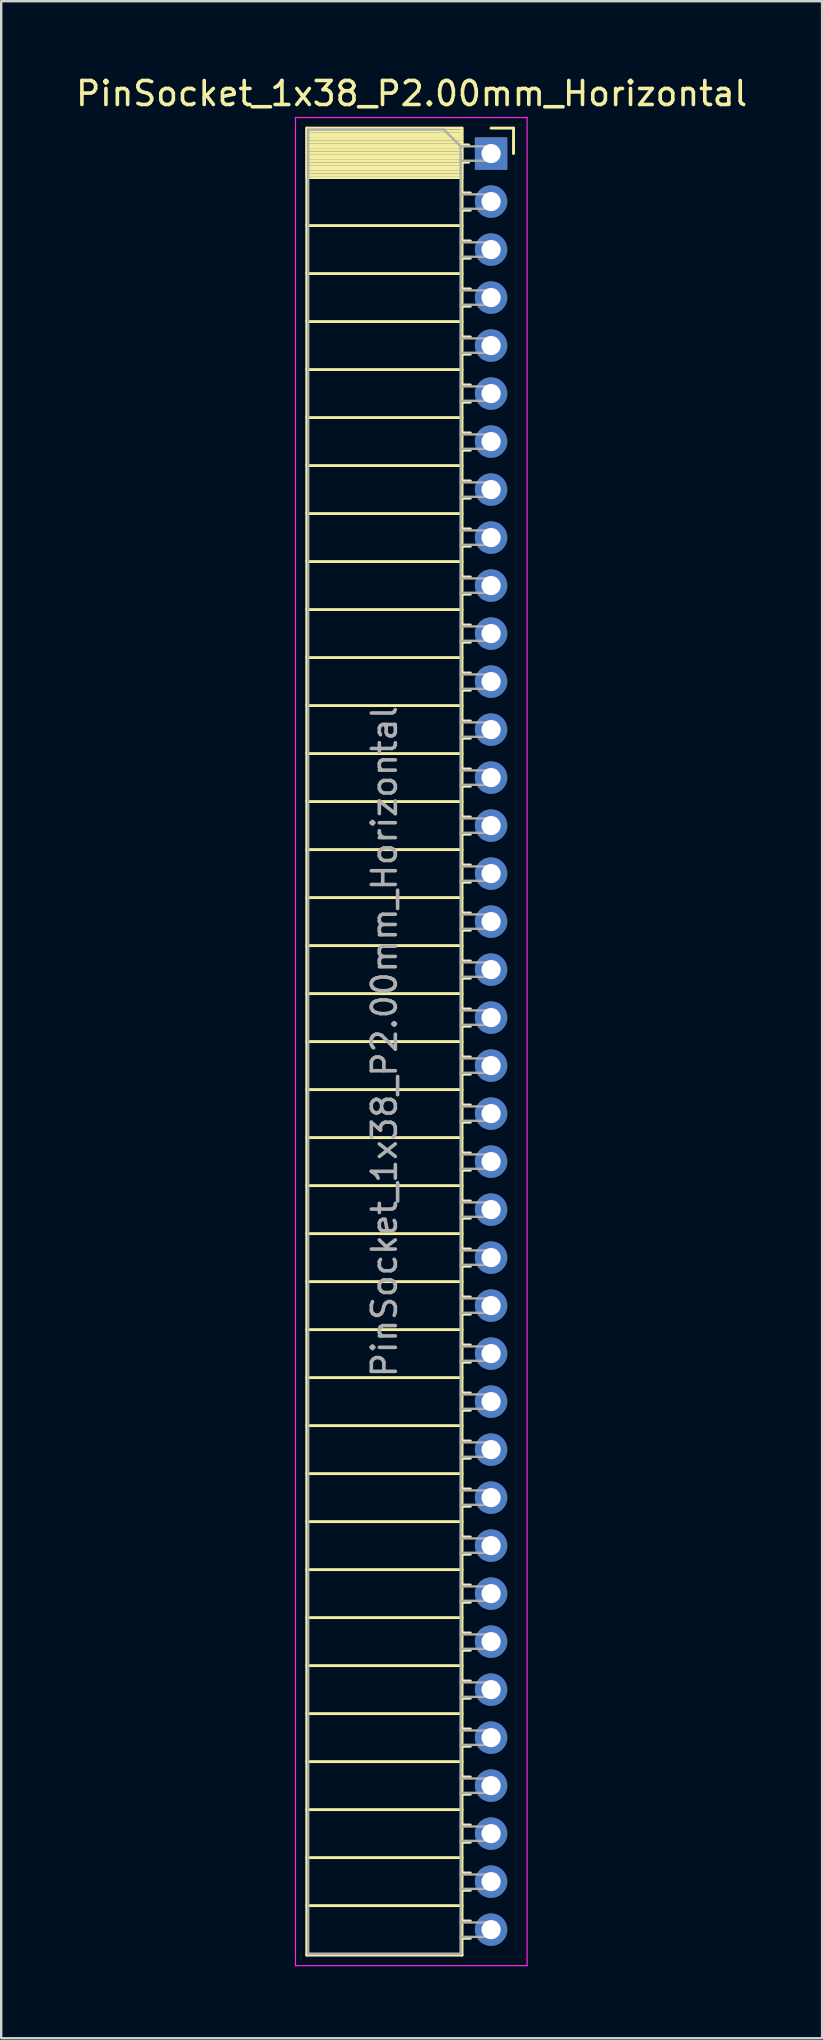
<source format=kicad_pcb>
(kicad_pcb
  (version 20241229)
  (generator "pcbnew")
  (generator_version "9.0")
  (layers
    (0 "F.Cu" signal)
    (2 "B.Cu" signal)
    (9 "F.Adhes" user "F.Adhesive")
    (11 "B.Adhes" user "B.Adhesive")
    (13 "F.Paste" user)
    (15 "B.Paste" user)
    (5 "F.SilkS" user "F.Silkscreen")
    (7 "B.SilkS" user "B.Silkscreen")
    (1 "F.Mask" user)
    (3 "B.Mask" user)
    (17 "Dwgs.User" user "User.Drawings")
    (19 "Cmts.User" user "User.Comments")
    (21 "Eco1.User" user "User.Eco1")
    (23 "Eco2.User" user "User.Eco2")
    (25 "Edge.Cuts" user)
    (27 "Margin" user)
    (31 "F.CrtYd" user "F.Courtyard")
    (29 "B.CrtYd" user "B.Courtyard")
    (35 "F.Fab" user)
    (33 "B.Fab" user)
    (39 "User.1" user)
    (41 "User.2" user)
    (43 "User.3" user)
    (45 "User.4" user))
  (footprint "PinSocket_1x38_P2.00mm_Horizontal"
    (layer "F.Cu")
    (at 17.411 3.348)
    (property "Reference" "PinSocket_1x38_P2.00mm_Horizontal" (at -3.31 -2.5 0) (layer "F.SilkS") (effects (font (size 1 1) (thickness 0.15))))
    (attr through_hole)
    (fp_line (start -7.68 -1.06) (end -7.68 75.06) (stroke (width 0.12) (type solid)) (layer "F.SilkS"))
    (fp_line (start -7.68 -1.06) (end -1.21 -1.06) (stroke (width 0.12) (type solid)) (layer "F.SilkS"))
    (fp_line (start -7.68 -0.94) (end -1.21 -0.94) (stroke (width 0.12) (type solid)) (layer "F.SilkS"))
    (fp_line (start -7.68 -0.826) (end -1.21 -0.826) (stroke (width 0.12) (type solid)) (layer "F.SilkS"))
    (fp_line (start -7.68 -0.712) (end -1.21 -0.712) (stroke (width 0.12) (type solid)) (layer "F.SilkS"))
    (fp_line (start -7.68 -0.598) (end -1.21 -0.598) (stroke (width 0.12) (type solid)) (layer "F.SilkS"))
    (fp_line (start -7.68 -0.484) (end -1.21 -0.484) (stroke (width 0.12) (type solid)) (layer "F.SilkS"))
    (fp_line (start -7.68 -0.369) (end -1.21 -0.369) (stroke (width 0.12) (type solid)) (layer "F.SilkS"))
    (fp_line (start -7.68 -0.255) (end -1.21 -0.255) (stroke (width 0.12) (type solid)) (layer "F.SilkS"))
    (fp_line (start -7.68 -0.141) (end -1.21 -0.141) (stroke (width 0.12) (type solid)) (layer "F.SilkS"))
    (fp_line (start -7.68 -0.027) (end -1.21 -0.027) (stroke (width 0.12) (type solid)) (layer "F.SilkS"))
    (fp_line (start -7.68 0.087) (end -1.21 0.087) (stroke (width 0.12) (type solid)) (layer "F.SilkS"))
    (fp_line (start -7.68 0.201) (end -1.21 0.201) (stroke (width 0.12) (type solid)) (layer "F.SilkS"))
    (fp_line (start -7.68 0.315) (end -1.21 0.315) (stroke (width 0.12) (type solid)) (layer "F.SilkS"))
    (fp_line (start -7.68 0.429) (end -1.21 0.429) (stroke (width 0.12) (type solid)) (layer "F.SilkS"))
    (fp_line (start -7.68 0.544) (end -1.21 0.544) (stroke (width 0.12) (type solid)) (layer "F.SilkS"))
    (fp_line (start -7.68 0.658) (end -1.21 0.658) (stroke (width 0.12) (type solid)) (layer "F.SilkS"))
    (fp_line (start -7.68 0.772) (end -1.21 0.772) (stroke (width 0.12) (type solid)) (layer "F.SilkS"))
    (fp_line (start -7.68 0.886) (end -1.21 0.886) (stroke (width 0.12) (type solid)) (layer "F.SilkS"))
    (fp_line (start -7.68 1) (end -1.21 1) (stroke (width 0.12) (type solid)) (layer "F.SilkS"))
    (fp_line (start -7.68 3) (end -1.21 3) (stroke (width 0.12) (type solid)) (layer "F.SilkS"))
    (fp_line (start -7.68 5) (end -1.21 5) (stroke (width 0.12) (type solid)) (layer "F.SilkS"))
    (fp_line (start -7.68 7) (end -1.21 7) (stroke (width 0.12) (type solid)) (layer "F.SilkS"))
    (fp_line (start -7.68 9) (end -1.21 9) (stroke (width 0.12) (type solid)) (layer "F.SilkS"))
    (fp_line (start -7.68 11) (end -1.21 11) (stroke (width 0.12) (type solid)) (layer "F.SilkS"))
    (fp_line (start -7.68 13) (end -1.21 13) (stroke (width 0.12) (type solid)) (layer "F.SilkS"))
    (fp_line (start -7.68 15) (end -1.21 15) (stroke (width 0.12) (type solid)) (layer "F.SilkS"))
    (fp_line (start -7.68 17) (end -1.21 17) (stroke (width 0.12) (type solid)) (layer "F.SilkS"))
    (fp_line (start -7.68 19) (end -1.21 19) (stroke (width 0.12) (type solid)) (layer "F.SilkS"))
    (fp_line (start -7.68 21) (end -1.21 21) (stroke (width 0.12) (type solid)) (layer "F.SilkS"))
    (fp_line (start -7.68 23) (end -1.21 23) (stroke (width 0.12) (type solid)) (layer "F.SilkS"))
    (fp_line (start -7.68 25) (end -1.21 25) (stroke (width 0.12) (type solid)) (layer "F.SilkS"))
    (fp_line (start -7.68 27) (end -1.21 27) (stroke (width 0.12) (type solid)) (layer "F.SilkS"))
    (fp_line (start -7.68 29) (end -1.21 29) (stroke (width 0.12) (type solid)) (layer "F.SilkS"))
    (fp_line (start -7.68 31) (end -1.21 31) (stroke (width 0.12) (type solid)) (layer "F.SilkS"))
    (fp_line (start -7.68 33) (end -1.21 33) (stroke (width 0.12) (type solid)) (layer "F.SilkS"))
    (fp_line (start -7.68 35) (end -1.21 35) (stroke (width 0.12) (type solid)) (layer "F.SilkS"))
    (fp_line (start -7.68 37) (end -1.21 37) (stroke (width 0.12) (type solid)) (layer "F.SilkS"))
    (fp_line (start -7.68 39) (end -1.21 39) (stroke (width 0.12) (type solid)) (layer "F.SilkS"))
    (fp_line (start -7.68 41) (end -1.21 41) (stroke (width 0.12) (type solid)) (layer "F.SilkS"))
    (fp_line (start -7.68 43) (end -1.21 43) (stroke (width 0.12) (type solid)) (layer "F.SilkS"))
    (fp_line (start -7.68 45) (end -1.21 45) (stroke (width 0.12) (type solid)) (layer "F.SilkS"))
    (fp_line (start -7.68 47) (end -1.21 47) (stroke (width 0.12) (type solid)) (layer "F.SilkS"))
    (fp_line (start -7.68 49) (end -1.21 49) (stroke (width 0.12) (type solid)) (layer "F.SilkS"))
    (fp_line (start -7.68 51) (end -1.21 51) (stroke (width 0.12) (type solid)) (layer "F.SilkS"))
    (fp_line (start -7.68 53) (end -1.21 53) (stroke (width 0.12) (type solid)) (layer "F.SilkS"))
    (fp_line (start -7.68 55) (end -1.21 55) (stroke (width 0.12) (type solid)) (layer "F.SilkS"))
    (fp_line (start -7.68 57) (end -1.21 57) (stroke (width 0.12) (type solid)) (layer "F.SilkS"))
    (fp_line (start -7.68 59) (end -1.21 59) (stroke (width 0.12) (type solid)) (layer "F.SilkS"))
    (fp_line (start -7.68 61) (end -1.21 61) (stroke (width 0.12) (type solid)) (layer "F.SilkS"))
    (fp_line (start -7.68 63) (end -1.21 63) (stroke (width 0.12) (type solid)) (layer "F.SilkS"))
    (fp_line (start -7.68 65) (end -1.21 65) (stroke (width 0.12) (type solid)) (layer "F.SilkS"))
    (fp_line (start -7.68 67) (end -1.21 67) (stroke (width 0.12) (type solid)) (layer "F.SilkS"))
    (fp_line (start -7.68 69) (end -1.21 69) (stroke (width 0.12) (type solid)) (layer "F.SilkS"))
    (fp_line (start -7.68 71) (end -1.21 71) (stroke (width 0.12) (type solid)) (layer "F.SilkS"))
    (fp_line (start -7.68 73) (end -1.21 73) (stroke (width 0.12) (type solid)) (layer "F.SilkS"))
    (fp_line (start -7.68 75.06) (end -1.21 75.06) (stroke (width 0.12) (type solid)) (layer "F.SilkS"))
    (fp_line (start -1.21 -1.06) (end -1.21 75.06) (stroke (width 0.12) (type solid)) (layer "F.SilkS"))
    (fp_line (start -1.21 -0.36) (end -0.935 -0.36) (stroke (width 0.12) (type solid)) (layer "F.SilkS"))
    (fp_line (start -1.21 0.36) (end -0.935 0.36) (stroke (width 0.12) (type solid)) (layer "F.SilkS"))
    (fp_line (start -1.21 1.64) (end -0.863 1.64) (stroke (width 0.12) (type solid)) (layer "F.SilkS"))
    (fp_line (start -1.21 2.36) (end -0.863 2.36) (stroke (width 0.12) (type solid)) (layer "F.SilkS"))
    (fp_line (start -1.21 3.64) (end -0.863 3.64) (stroke (width 0.12) (type solid)) (layer "F.SilkS"))
    (fp_line (start -1.21 4.36) (end -0.863 4.36) (stroke (width 0.12) (type solid)) (layer "F.SilkS"))
    (fp_line (start -1.21 5.64) (end -0.863 5.64) (stroke (width 0.12) (type solid)) (layer "F.SilkS"))
    (fp_line (start -1.21 6.36) (end -0.863 6.36) (stroke (width 0.12) (type solid)) (layer "F.SilkS"))
    (fp_line (start -1.21 7.64) (end -0.863 7.64) (stroke (width 0.12) (type solid)) (layer "F.SilkS"))
    (fp_line (start -1.21 8.36) (end -0.863 8.36) (stroke (width 0.12) (type solid)) (layer "F.SilkS"))
    (fp_line (start -1.21 9.64) (end -0.863 9.64) (stroke (width 0.12) (type solid)) (layer "F.SilkS"))
    (fp_line (start -1.21 10.36) (end -0.863 10.36) (stroke (width 0.12) (type solid)) (layer "F.SilkS"))
    (fp_line (start -1.21 11.64) (end -0.863 11.64) (stroke (width 0.12) (type solid)) (layer "F.SilkS"))
    (fp_line (start -1.21 12.36) (end -0.863 12.36) (stroke (width 0.12) (type solid)) (layer "F.SilkS"))
    (fp_line (start -1.21 13.64) (end -0.863 13.64) (stroke (width 0.12) (type solid)) (layer "F.SilkS"))
    (fp_line (start -1.21 14.36) (end -0.863 14.36) (stroke (width 0.12) (type solid)) (layer "F.SilkS"))
    (fp_line (start -1.21 15.64) (end -0.863 15.64) (stroke (width 0.12) (type solid)) (layer "F.SilkS"))
    (fp_line (start -1.21 16.36) (end -0.863 16.36) (stroke (width 0.12) (type solid)) (layer "F.SilkS"))
    (fp_line (start -1.21 17.64) (end -0.863 17.64) (stroke (width 0.12) (type solid)) (layer "F.SilkS"))
    (fp_line (start -1.21 18.36) (end -0.863 18.36) (stroke (width 0.12) (type solid)) (layer "F.SilkS"))
    (fp_line (start -1.21 19.64) (end -0.863 19.64) (stroke (width 0.12) (type solid)) (layer "F.SilkS"))
    (fp_line (start -1.21 20.36) (end -0.863 20.36) (stroke (width 0.12) (type solid)) (layer "F.SilkS"))
    (fp_line (start -1.21 21.64) (end -0.863 21.64) (stroke (width 0.12) (type solid)) (layer "F.SilkS"))
    (fp_line (start -1.21 22.36) (end -0.863 22.36) (stroke (width 0.12) (type solid)) (layer "F.SilkS"))
    (fp_line (start -1.21 23.64) (end -0.863 23.64) (stroke (width 0.12) (type solid)) (layer "F.SilkS"))
    (fp_line (start -1.21 24.36) (end -0.863 24.36) (stroke (width 0.12) (type solid)) (layer "F.SilkS"))
    (fp_line (start -1.21 25.64) (end -0.863 25.64) (stroke (width 0.12) (type solid)) (layer "F.SilkS"))
    (fp_line (start -1.21 26.36) (end -0.863 26.36) (stroke (width 0.12) (type solid)) (layer "F.SilkS"))
    (fp_line (start -1.21 27.64) (end -0.863 27.64) (stroke (width 0.12) (type solid)) (layer "F.SilkS"))
    (fp_line (start -1.21 28.36) (end -0.863 28.36) (stroke (width 0.12) (type solid)) (layer "F.SilkS"))
    (fp_line (start -1.21 29.64) (end -0.863 29.64) (stroke (width 0.12) (type solid)) (layer "F.SilkS"))
    (fp_line (start -1.21 30.36) (end -0.863 30.36) (stroke (width 0.12) (type solid)) (layer "F.SilkS"))
    (fp_line (start -1.21 31.64) (end -0.863 31.64) (stroke (width 0.12) (type solid)) (layer "F.SilkS"))
    (fp_line (start -1.21 32.36) (end -0.863 32.36) (stroke (width 0.12) (type solid)) (layer "F.SilkS"))
    (fp_line (start -1.21 33.64) (end -0.863 33.64) (stroke (width 0.12) (type solid)) (layer "F.SilkS"))
    (fp_line (start -1.21 34.36) (end -0.863 34.36) (stroke (width 0.12) (type solid)) (layer "F.SilkS"))
    (fp_line (start -1.21 35.64) (end -0.863 35.64) (stroke (width 0.12) (type solid)) (layer "F.SilkS"))
    (fp_line (start -1.21 36.36) (end -0.863 36.36) (stroke (width 0.12) (type solid)) (layer "F.SilkS"))
    (fp_line (start -1.21 37.64) (end -0.863 37.64) (stroke (width 0.12) (type solid)) (layer "F.SilkS"))
    (fp_line (start -1.21 38.36) (end -0.863 38.36) (stroke (width 0.12) (type solid)) (layer "F.SilkS"))
    (fp_line (start -1.21 39.64) (end -0.863 39.64) (stroke (width 0.12) (type solid)) (layer "F.SilkS"))
    (fp_line (start -1.21 40.36) (end -0.863 40.36) (stroke (width 0.12) (type solid)) (layer "F.SilkS"))
    (fp_line (start -1.21 41.64) (end -0.863 41.64) (stroke (width 0.12) (type solid)) (layer "F.SilkS"))
    (fp_line (start -1.21 42.36) (end -0.863 42.36) (stroke (width 0.12) (type solid)) (layer "F.SilkS"))
    (fp_line (start -1.21 43.64) (end -0.863 43.64) (stroke (width 0.12) (type solid)) (layer "F.SilkS"))
    (fp_line (start -1.21 44.36) (end -0.863 44.36) (stroke (width 0.12) (type solid)) (layer "F.SilkS"))
    (fp_line (start -1.21 45.64) (end -0.863 45.64) (stroke (width 0.12) (type solid)) (layer "F.SilkS"))
    (fp_line (start -1.21 46.36) (end -0.863 46.36) (stroke (width 0.12) (type solid)) (layer "F.SilkS"))
    (fp_line (start -1.21 47.64) (end -0.863 47.64) (stroke (width 0.12) (type solid)) (layer "F.SilkS"))
    (fp_line (start -1.21 48.36) (end -0.863 48.36) (stroke (width 0.12) (type solid)) (layer "F.SilkS"))
    (fp_line (start -1.21 49.64) (end -0.863 49.64) (stroke (width 0.12) (type solid)) (layer "F.SilkS"))
    (fp_line (start -1.21 50.36) (end -0.863 50.36) (stroke (width 0.12) (type solid)) (layer "F.SilkS"))
    (fp_line (start -1.21 51.64) (end -0.863 51.64) (stroke (width 0.12) (type solid)) (layer "F.SilkS"))
    (fp_line (start -1.21 52.36) (end -0.863 52.36) (stroke (width 0.12) (type solid)) (layer "F.SilkS"))
    (fp_line (start -1.21 53.64) (end -0.863 53.64) (stroke (width 0.12) (type solid)) (layer "F.SilkS"))
    (fp_line (start -1.21 54.36) (end -0.863 54.36) (stroke (width 0.12) (type solid)) (layer "F.SilkS"))
    (fp_line (start -1.21 55.64) (end -0.863 55.64) (stroke (width 0.12) (type solid)) (layer "F.SilkS"))
    (fp_line (start -1.21 56.36) (end -0.863 56.36) (stroke (width 0.12) (type solid)) (layer "F.SilkS"))
    (fp_line (start -1.21 57.64) (end -0.863 57.64) (stroke (width 0.12) (type solid)) (layer "F.SilkS"))
    (fp_line (start -1.21 58.36) (end -0.863 58.36) (stroke (width 0.12) (type solid)) (layer "F.SilkS"))
    (fp_line (start -1.21 59.64) (end -0.863 59.64) (stroke (width 0.12) (type solid)) (layer "F.SilkS"))
    (fp_line (start -1.21 60.36) (end -0.863 60.36) (stroke (width 0.12) (type solid)) (layer "F.SilkS"))
    (fp_line (start -1.21 61.64) (end -0.863 61.64) (stroke (width 0.12) (type solid)) (layer "F.SilkS"))
    (fp_line (start -1.21 62.36) (end -0.863 62.36) (stroke (width 0.12) (type solid)) (layer "F.SilkS"))
    (fp_line (start -1.21 63.64) (end -0.863 63.64) (stroke (width 0.12) (type solid)) (layer "F.SilkS"))
    (fp_line (start -1.21 64.36) (end -0.863 64.36) (stroke (width 0.12) (type solid)) (layer "F.SilkS"))
    (fp_line (start -1.21 65.64) (end -0.863 65.64) (stroke (width 0.12) (type solid)) (layer "F.SilkS"))
    (fp_line (start -1.21 66.36) (end -0.863 66.36) (stroke (width 0.12) (type solid)) (layer "F.SilkS"))
    (fp_line (start -1.21 67.64) (end -0.863 67.64) (stroke (width 0.12) (type solid)) (layer "F.SilkS"))
    (fp_line (start -1.21 68.36) (end -0.863 68.36) (stroke (width 0.12) (type solid)) (layer "F.SilkS"))
    (fp_line (start -1.21 69.64) (end -0.863 69.64) (stroke (width 0.12) (type solid)) (layer "F.SilkS"))
    (fp_line (start -1.21 70.36) (end -0.863 70.36) (stroke (width 0.12) (type solid)) (layer "F.SilkS"))
    (fp_line (start -1.21 71.64) (end -0.863 71.64) (stroke (width 0.12) (type solid)) (layer "F.SilkS"))
    (fp_line (start -1.21 72.36) (end -0.863 72.36) (stroke (width 0.12) (type solid)) (layer "F.SilkS"))
    (fp_line (start -1.21 73.64) (end -0.863 73.64) (stroke (width 0.12) (type solid)) (layer "F.SilkS"))
    (fp_line (start -1.21 74.36) (end -0.863 74.36) (stroke (width 0.12) (type solid)) (layer "F.SilkS"))
    (fp_line (start 0 -1.06) (end 0.935 -1.06) (stroke (width 0.12) (type solid)) (layer "F.SilkS"))
    (fp_line (start 0.935 -1.06) (end 0.935 0) (stroke (width 0.12) (type solid)) (layer "F.SilkS"))
    (fp_line (start -8.15 -1.5) (end -8.15 75.5) (stroke (width 0.05) (type solid)) (layer "F.CrtYd"))
    (fp_line (start -8.15 75.5) (end 1.5 75.5) (stroke (width 0.05) (type solid)) (layer "F.CrtYd"))
    (fp_line (start 1.5 -1.5) (end -8.15 -1.5) (stroke (width 0.05) (type solid)) (layer "F.CrtYd"))
    (fp_line (start 1.5 75.5) (end 1.5 -1.5) (stroke (width 0.05) (type solid)) (layer "F.CrtYd"))
    (fp_line (start -7.62 -1) (end -1.97 -1) (stroke (width 0.1) (type solid)) (layer "F.Fab"))
    (fp_line (start -7.62 75) (end -7.62 -1) (stroke (width 0.1) (type solid)) (layer "F.Fab"))
    (fp_line (start -1.97 -1) (end -1.27 -0.3) (stroke (width 0.1) (type solid)) (layer "F.Fab"))
    (fp_line (start -1.27 -0.3) (end -1.27 75) (stroke (width 0.1) (type solid)) (layer "F.Fab"))
    (fp_line (start -1.27 0.3) (end 0 0.3) (stroke (width 0.1) (type solid)) (layer "F.Fab"))
    (fp_line (start -1.27 2.3) (end 0 2.3) (stroke (width 0.1) (type solid)) (layer "F.Fab"))
    (fp_line (start -1.27 4.3) (end 0 4.3) (stroke (width 0.1) (type solid)) (layer "F.Fab"))
    (fp_line (start -1.27 6.3) (end 0 6.3) (stroke (width 0.1) (type solid)) (layer "F.Fab"))
    (fp_line (start -1.27 8.3) (end 0 8.3) (stroke (width 0.1) (type solid)) (layer "F.Fab"))
    (fp_line (start -1.27 10.3) (end 0 10.3) (stroke (width 0.1) (type solid)) (layer "F.Fab"))
    (fp_line (start -1.27 12.3) (end 0 12.3) (stroke (width 0.1) (type solid)) (layer "F.Fab"))
    (fp_line (start -1.27 14.3) (end 0 14.3) (stroke (width 0.1) (type solid)) (layer "F.Fab"))
    (fp_line (start -1.27 16.3) (end 0 16.3) (stroke (width 0.1) (type solid)) (layer "F.Fab"))
    (fp_line (start -1.27 18.3) (end 0 18.3) (stroke (width 0.1) (type solid)) (layer "F.Fab"))
    (fp_line (start -1.27 20.3) (end 0 20.3) (stroke (width 0.1) (type solid)) (layer "F.Fab"))
    (fp_line (start -1.27 22.3) (end 0 22.3) (stroke (width 0.1) (type solid)) (layer "F.Fab"))
    (fp_line (start -1.27 24.3) (end 0 24.3) (stroke (width 0.1) (type solid)) (layer "F.Fab"))
    (fp_line (start -1.27 26.3) (end 0 26.3) (stroke (width 0.1) (type solid)) (layer "F.Fab"))
    (fp_line (start -1.27 28.3) (end 0 28.3) (stroke (width 0.1) (type solid)) (layer "F.Fab"))
    (fp_line (start -1.27 30.3) (end 0 30.3) (stroke (width 0.1) (type solid)) (layer "F.Fab"))
    (fp_line (start -1.27 32.3) (end 0 32.3) (stroke (width 0.1) (type solid)) (layer "F.Fab"))
    (fp_line (start -1.27 34.3) (end 0 34.3) (stroke (width 0.1) (type solid)) (layer "F.Fab"))
    (fp_line (start -1.27 36.3) (end 0 36.3) (stroke (width 0.1) (type solid)) (layer "F.Fab"))
    (fp_line (start -1.27 38.3) (end 0 38.3) (stroke (width 0.1) (type solid)) (layer "F.Fab"))
    (fp_line (start -1.27 40.3) (end 0 40.3) (stroke (width 0.1) (type solid)) (layer "F.Fab"))
    (fp_line (start -1.27 42.3) (end 0 42.3) (stroke (width 0.1) (type solid)) (layer "F.Fab"))
    (fp_line (start -1.27 44.3) (end 0 44.3) (stroke (width 0.1) (type solid)) (layer "F.Fab"))
    (fp_line (start -1.27 46.3) (end 0 46.3) (stroke (width 0.1) (type solid)) (layer "F.Fab"))
    (fp_line (start -1.27 48.3) (end 0 48.3) (stroke (width 0.1) (type solid)) (layer "F.Fab"))
    (fp_line (start -1.27 50.3) (end 0 50.3) (stroke (width 0.1) (type solid)) (layer "F.Fab"))
    (fp_line (start -1.27 52.3) (end 0 52.3) (stroke (width 0.1) (type solid)) (layer "F.Fab"))
    (fp_line (start -1.27 54.3) (end 0 54.3) (stroke (width 0.1) (type solid)) (layer "F.Fab"))
    (fp_line (start -1.27 56.3) (end 0 56.3) (stroke (width 0.1) (type solid)) (layer "F.Fab"))
    (fp_line (start -1.27 58.3) (end 0 58.3) (stroke (width 0.1) (type solid)) (layer "F.Fab"))
    (fp_line (start -1.27 60.3) (end 0 60.3) (stroke (width 0.1) (type solid)) (layer "F.Fab"))
    (fp_line (start -1.27 62.3) (end 0 62.3) (stroke (width 0.1) (type solid)) (layer "F.Fab"))
    (fp_line (start -1.27 64.3) (end 0 64.3) (stroke (width 0.1) (type solid)) (layer "F.Fab"))
    (fp_line (start -1.27 66.3) (end 0 66.3) (stroke (width 0.1) (type solid)) (layer "F.Fab"))
    (fp_line (start -1.27 68.3) (end 0 68.3) (stroke (width 0.1) (type solid)) (layer "F.Fab"))
    (fp_line (start -1.27 70.3) (end 0 70.3) (stroke (width 0.1) (type solid)) (layer "F.Fab"))
    (fp_line (start -1.27 72.3) (end 0 72.3) (stroke (width 0.1) (type solid)) (layer "F.Fab"))
    (fp_line (start -1.27 74.3) (end 0 74.3) (stroke (width 0.1) (type solid)) (layer "F.Fab"))
    (fp_line (start -1.27 75) (end -7.62 75) (stroke (width 0.1) (type solid)) (layer "F.Fab"))
    (fp_line (start 0 -0.3) (end -1.27 -0.3) (stroke (width 0.1) (type solid)) (layer "F.Fab"))
    (fp_line (start 0 0.3) (end 0 -0.3) (stroke (width 0.1) (type solid)) (layer "F.Fab"))
    (fp_line (start 0 1.7) (end -1.27 1.7) (stroke (width 0.1) (type solid)) (layer "F.Fab"))
    (fp_line (start 0 2.3) (end 0 1.7) (stroke (width 0.1) (type solid)) (layer "F.Fab"))
    (fp_line (start 0 3.7) (end -1.27 3.7) (stroke (width 0.1) (type solid)) (layer "F.Fab"))
    (fp_line (start 0 4.3) (end 0 3.7) (stroke (width 0.1) (type solid)) (layer "F.Fab"))
    (fp_line (start 0 5.7) (end -1.27 5.7) (stroke (width 0.1) (type solid)) (layer "F.Fab"))
    (fp_line (start 0 6.3) (end 0 5.7) (stroke (width 0.1) (type solid)) (layer "F.Fab"))
    (fp_line (start 0 7.7) (end -1.27 7.7) (stroke (width 0.1) (type solid)) (layer "F.Fab"))
    (fp_line (start 0 8.3) (end 0 7.7) (stroke (width 0.1) (type solid)) (layer "F.Fab"))
    (fp_line (start 0 9.7) (end -1.27 9.7) (stroke (width 0.1) (type solid)) (layer "F.Fab"))
    (fp_line (start 0 10.3) (end 0 9.7) (stroke (width 0.1) (type solid)) (layer "F.Fab"))
    (fp_line (start 0 11.7) (end -1.27 11.7) (stroke (width 0.1) (type solid)) (layer "F.Fab"))
    (fp_line (start 0 12.3) (end 0 11.7) (stroke (width 0.1) (type solid)) (layer "F.Fab"))
    (fp_line (start 0 13.7) (end -1.27 13.7) (stroke (width 0.1) (type solid)) (layer "F.Fab"))
    (fp_line (start 0 14.3) (end 0 13.7) (stroke (width 0.1) (type solid)) (layer "F.Fab"))
    (fp_line (start 0 15.7) (end -1.27 15.7) (stroke (width 0.1) (type solid)) (layer "F.Fab"))
    (fp_line (start 0 16.3) (end 0 15.7) (stroke (width 0.1) (type solid)) (layer "F.Fab"))
    (fp_line (start 0 17.7) (end -1.27 17.7) (stroke (width 0.1) (type solid)) (layer "F.Fab"))
    (fp_line (start 0 18.3) (end 0 17.7) (stroke (width 0.1) (type solid)) (layer "F.Fab"))
    (fp_line (start 0 19.7) (end -1.27 19.7) (stroke (width 0.1) (type solid)) (layer "F.Fab"))
    (fp_line (start 0 20.3) (end 0 19.7) (stroke (width 0.1) (type solid)) (layer "F.Fab"))
    (fp_line (start 0 21.7) (end -1.27 21.7) (stroke (width 0.1) (type solid)) (layer "F.Fab"))
    (fp_line (start 0 22.3) (end 0 21.7) (stroke (width 0.1) (type solid)) (layer "F.Fab"))
    (fp_line (start 0 23.7) (end -1.27 23.7) (stroke (width 0.1) (type solid)) (layer "F.Fab"))
    (fp_line (start 0 24.3) (end 0 23.7) (stroke (width 0.1) (type solid)) (layer "F.Fab"))
    (fp_line (start 0 25.7) (end -1.27 25.7) (stroke (width 0.1) (type solid)) (layer "F.Fab"))
    (fp_line (start 0 26.3) (end 0 25.7) (stroke (width 0.1) (type solid)) (layer "F.Fab"))
    (fp_line (start 0 27.7) (end -1.27 27.7) (stroke (width 0.1) (type solid)) (layer "F.Fab"))
    (fp_line (start 0 28.3) (end 0 27.7) (stroke (width 0.1) (type solid)) (layer "F.Fab"))
    (fp_line (start 0 29.7) (end -1.27 29.7) (stroke (width 0.1) (type solid)) (layer "F.Fab"))
    (fp_line (start 0 30.3) (end 0 29.7) (stroke (width 0.1) (type solid)) (layer "F.Fab"))
    (fp_line (start 0 31.7) (end -1.27 31.7) (stroke (width 0.1) (type solid)) (layer "F.Fab"))
    (fp_line (start 0 32.3) (end 0 31.7) (stroke (width 0.1) (type solid)) (layer "F.Fab"))
    (fp_line (start 0 33.7) (end -1.27 33.7) (stroke (width 0.1) (type solid)) (layer "F.Fab"))
    (fp_line (start 0 34.3) (end 0 33.7) (stroke (width 0.1) (type solid)) (layer "F.Fab"))
    (fp_line (start 0 35.7) (end -1.27 35.7) (stroke (width 0.1) (type solid)) (layer "F.Fab"))
    (fp_line (start 0 36.3) (end 0 35.7) (stroke (width 0.1) (type solid)) (layer "F.Fab"))
    (fp_line (start 0 37.7) (end -1.27 37.7) (stroke (width 0.1) (type solid)) (layer "F.Fab"))
    (fp_line (start 0 38.3) (end 0 37.7) (stroke (width 0.1) (type solid)) (layer "F.Fab"))
    (fp_line (start 0 39.7) (end -1.27 39.7) (stroke (width 0.1) (type solid)) (layer "F.Fab"))
    (fp_line (start 0 40.3) (end 0 39.7) (stroke (width 0.1) (type solid)) (layer "F.Fab"))
    (fp_line (start 0 41.7) (end -1.27 41.7) (stroke (width 0.1) (type solid)) (layer "F.Fab"))
    (fp_line (start 0 42.3) (end 0 41.7) (stroke (width 0.1) (type solid)) (layer "F.Fab"))
    (fp_line (start 0 43.7) (end -1.27 43.7) (stroke (width 0.1) (type solid)) (layer "F.Fab"))
    (fp_line (start 0 44.3) (end 0 43.7) (stroke (width 0.1) (type solid)) (layer "F.Fab"))
    (fp_line (start 0 45.7) (end -1.27 45.7) (stroke (width 0.1) (type solid)) (layer "F.Fab"))
    (fp_line (start 0 46.3) (end 0 45.7) (stroke (width 0.1) (type solid)) (layer "F.Fab"))
    (fp_line (start 0 47.7) (end -1.27 47.7) (stroke (width 0.1) (type solid)) (layer "F.Fab"))
    (fp_line (start 0 48.3) (end 0 47.7) (stroke (width 0.1) (type solid)) (layer "F.Fab"))
    (fp_line (start 0 49.7) (end -1.27 49.7) (stroke (width 0.1) (type solid)) (layer "F.Fab"))
    (fp_line (start 0 50.3) (end 0 49.7) (stroke (width 0.1) (type solid)) (layer "F.Fab"))
    (fp_line (start 0 51.7) (end -1.27 51.7) (stroke (width 0.1) (type solid)) (layer "F.Fab"))
    (fp_line (start 0 52.3) (end 0 51.7) (stroke (width 0.1) (type solid)) (layer "F.Fab"))
    (fp_line (start 0 53.7) (end -1.27 53.7) (stroke (width 0.1) (type solid)) (layer "F.Fab"))
    (fp_line (start 0 54.3) (end 0 53.7) (stroke (width 0.1) (type solid)) (layer "F.Fab"))
    (fp_line (start 0 55.7) (end -1.27 55.7) (stroke (width 0.1) (type solid)) (layer "F.Fab"))
    (fp_line (start 0 56.3) (end 0 55.7) (stroke (width 0.1) (type solid)) (layer "F.Fab"))
    (fp_line (start 0 57.7) (end -1.27 57.7) (stroke (width 0.1) (type solid)) (layer "F.Fab"))
    (fp_line (start 0 58.3) (end 0 57.7) (stroke (width 0.1) (type solid)) (layer "F.Fab"))
    (fp_line (start 0 59.7) (end -1.27 59.7) (stroke (width 0.1) (type solid)) (layer "F.Fab"))
    (fp_line (start 0 60.3) (end 0 59.7) (stroke (width 0.1) (type solid)) (layer "F.Fab"))
    (fp_line (start 0 61.7) (end -1.27 61.7) (stroke (width 0.1) (type solid)) (layer "F.Fab"))
    (fp_line (start 0 62.3) (end 0 61.7) (stroke (width 0.1) (type solid)) (layer "F.Fab"))
    (fp_line (start 0 63.7) (end -1.27 63.7) (stroke (width 0.1) (type solid)) (layer "F.Fab"))
    (fp_line (start 0 64.3) (end 0 63.7) (stroke (width 0.1) (type solid)) (layer "F.Fab"))
    (fp_line (start 0 65.7) (end -1.27 65.7) (stroke (width 0.1) (type solid)) (layer "F.Fab"))
    (fp_line (start 0 66.3) (end 0 65.7) (stroke (width 0.1) (type solid)) (layer "F.Fab"))
    (fp_line (start 0 67.7) (end -1.27 67.7) (stroke (width 0.1) (type solid)) (layer "F.Fab"))
    (fp_line (start 0 68.3) (end 0 67.7) (stroke (width 0.1) (type solid)) (layer "F.Fab"))
    (fp_line (start 0 69.7) (end -1.27 69.7) (stroke (width 0.1) (type solid)) (layer "F.Fab"))
    (fp_line (start 0 70.3) (end 0 69.7) (stroke (width 0.1) (type solid)) (layer "F.Fab"))
    (fp_line (start 0 71.7) (end -1.27 71.7) (stroke (width 0.1) (type solid)) (layer "F.Fab"))
    (fp_line (start 0 72.3) (end 0 71.7) (stroke (width 0.1) (type solid)) (layer "F.Fab"))
    (fp_line (start 0 73.7) (end -1.27 73.7) (stroke (width 0.1) (type solid)) (layer "F.Fab"))
    (fp_line (start 0 74.3) (end 0 73.7) (stroke (width 0.1) (type solid)) (layer "F.Fab"))
    (fp_text user "${REFERENCE}" (at -4.445 37 90) (layer "F.Fab") (effects (font (size 1 1) (thickness 0.15))))
    (pad "1" thru_hole rect (at 0 0) (size 1.35 1.35) (drill 0.8) (layers "*.Cu" "*.Mask"))
    (pad "2" thru_hole oval (at 0 2) (size 1.35 1.35) (drill 0.8) (layers "*.Cu" "*.Mask"))
    (pad "3" thru_hole oval (at 0 4) (size 1.35 1.35) (drill 0.8) (layers "*.Cu" "*.Mask"))
    (pad "4" thru_hole oval (at 0 6) (size 1.35 1.35) (drill 0.8) (layers "*.Cu" "*.Mask"))
    (pad "5" thru_hole oval (at 0 8) (size 1.35 1.35) (drill 0.8) (layers "*.Cu" "*.Mask"))
    (pad "6" thru_hole oval (at 0 10) (size 1.35 1.35) (drill 0.8) (layers "*.Cu" "*.Mask"))
    (pad "7" thru_hole oval (at 0 12) (size 1.35 1.35) (drill 0.8) (layers "*.Cu" "*.Mask"))
    (pad "8" thru_hole oval (at 0 14) (size 1.35 1.35) (drill 0.8) (layers "*.Cu" "*.Mask"))
    (pad "9" thru_hole oval (at 0 16) (size 1.35 1.35) (drill 0.8) (layers "*.Cu" "*.Mask"))
    (pad "10" thru_hole oval (at 0 18) (size 1.35 1.35) (drill 0.8) (layers "*.Cu" "*.Mask"))
    (pad "11" thru_hole oval (at 0 20) (size 1.35 1.35) (drill 0.8) (layers "*.Cu" "*.Mask"))
    (pad "12" thru_hole oval (at 0 22) (size 1.35 1.35) (drill 0.8) (layers "*.Cu" "*.Mask"))
    (pad "13" thru_hole oval (at 0 24) (size 1.35 1.35) (drill 0.8) (layers "*.Cu" "*.Mask"))
    (pad "14" thru_hole oval (at 0 26) (size 1.35 1.35) (drill 0.8) (layers "*.Cu" "*.Mask"))
    (pad "15" thru_hole oval (at 0 28) (size 1.35 1.35) (drill 0.8) (layers "*.Cu" "*.Mask"))
    (pad "16" thru_hole oval (at 0 30) (size 1.35 1.35) (drill 0.8) (layers "*.Cu" "*.Mask"))
    (pad "17" thru_hole oval (at 0 32) (size 1.35 1.35) (drill 0.8) (layers "*.Cu" "*.Mask"))
    (pad "18" thru_hole oval (at 0 34) (size 1.35 1.35) (drill 0.8) (layers "*.Cu" "*.Mask"))
    (pad "19" thru_hole oval (at 0 36) (size 1.35 1.35) (drill 0.8) (layers "*.Cu" "*.Mask"))
    (pad "20" thru_hole oval (at 0 38) (size 1.35 1.35) (drill 0.8) (layers "*.Cu" "*.Mask"))
    (pad "21" thru_hole oval (at 0 40) (size 1.35 1.35) (drill 0.8) (layers "*.Cu" "*.Mask"))
    (pad "22" thru_hole oval (at 0 42) (size 1.35 1.35) (drill 0.8) (layers "*.Cu" "*.Mask"))
    (pad "23" thru_hole oval (at 0 44) (size 1.35 1.35) (drill 0.8) (layers "*.Cu" "*.Mask"))
    (pad "24" thru_hole oval (at 0 46) (size 1.35 1.35) (drill 0.8) (layers "*.Cu" "*.Mask"))
    (pad "25" thru_hole oval (at 0 48) (size 1.35 1.35) (drill 0.8) (layers "*.Cu" "*.Mask"))
    (pad "26" thru_hole oval (at 0 50) (size 1.35 1.35) (drill 0.8) (layers "*.Cu" "*.Mask"))
    (pad "27" thru_hole oval (at 0 52) (size 1.35 1.35) (drill 0.8) (layers "*.Cu" "*.Mask"))
    (pad "28" thru_hole oval (at 0 54) (size 1.35 1.35) (drill 0.8) (layers "*.Cu" "*.Mask"))
    (pad "29" thru_hole oval (at 0 56) (size 1.35 1.35) (drill 0.8) (layers "*.Cu" "*.Mask"))
    (pad "30" thru_hole oval (at 0 58) (size 1.35 1.35) (drill 0.8) (layers "*.Cu" "*.Mask"))
    (pad "31" thru_hole oval (at 0 60) (size 1.35 1.35) (drill 0.8) (layers "*.Cu" "*.Mask"))
    (pad "32" thru_hole oval (at 0 62) (size 1.35 1.35) (drill 0.8) (layers "*.Cu" "*.Mask"))
    (pad "33" thru_hole oval (at 0 64) (size 1.35 1.35) (drill 0.8) (layers "*.Cu" "*.Mask"))
    (pad "34" thru_hole oval (at 0 66) (size 1.35 1.35) (drill 0.8) (layers "*.Cu" "*.Mask"))
    (pad "35" thru_hole oval (at 0 68) (size 1.35 1.35) (drill 0.8) (layers "*.Cu" "*.Mask"))
    (pad "36" thru_hole oval (at 0 70) (size 1.35 1.35) (drill 0.8) (layers "*.Cu" "*.Mask"))
    (pad "37" thru_hole oval (at 0 72) (size 1.35 1.35) (drill 0.8) (layers "*.Cu" "*.Mask"))
    (pad "38" thru_hole oval (at 0 74) (size 1.35 1.35) (drill 0.8) (layers "*.Cu" "*.Mask")))
  (gr_rect
    (start -3 -3)
    (end 31.202 81.873)
    (stroke (width 0.1) (type default))
    (fill no)
    (layer "Edge.Cuts")))
</source>
